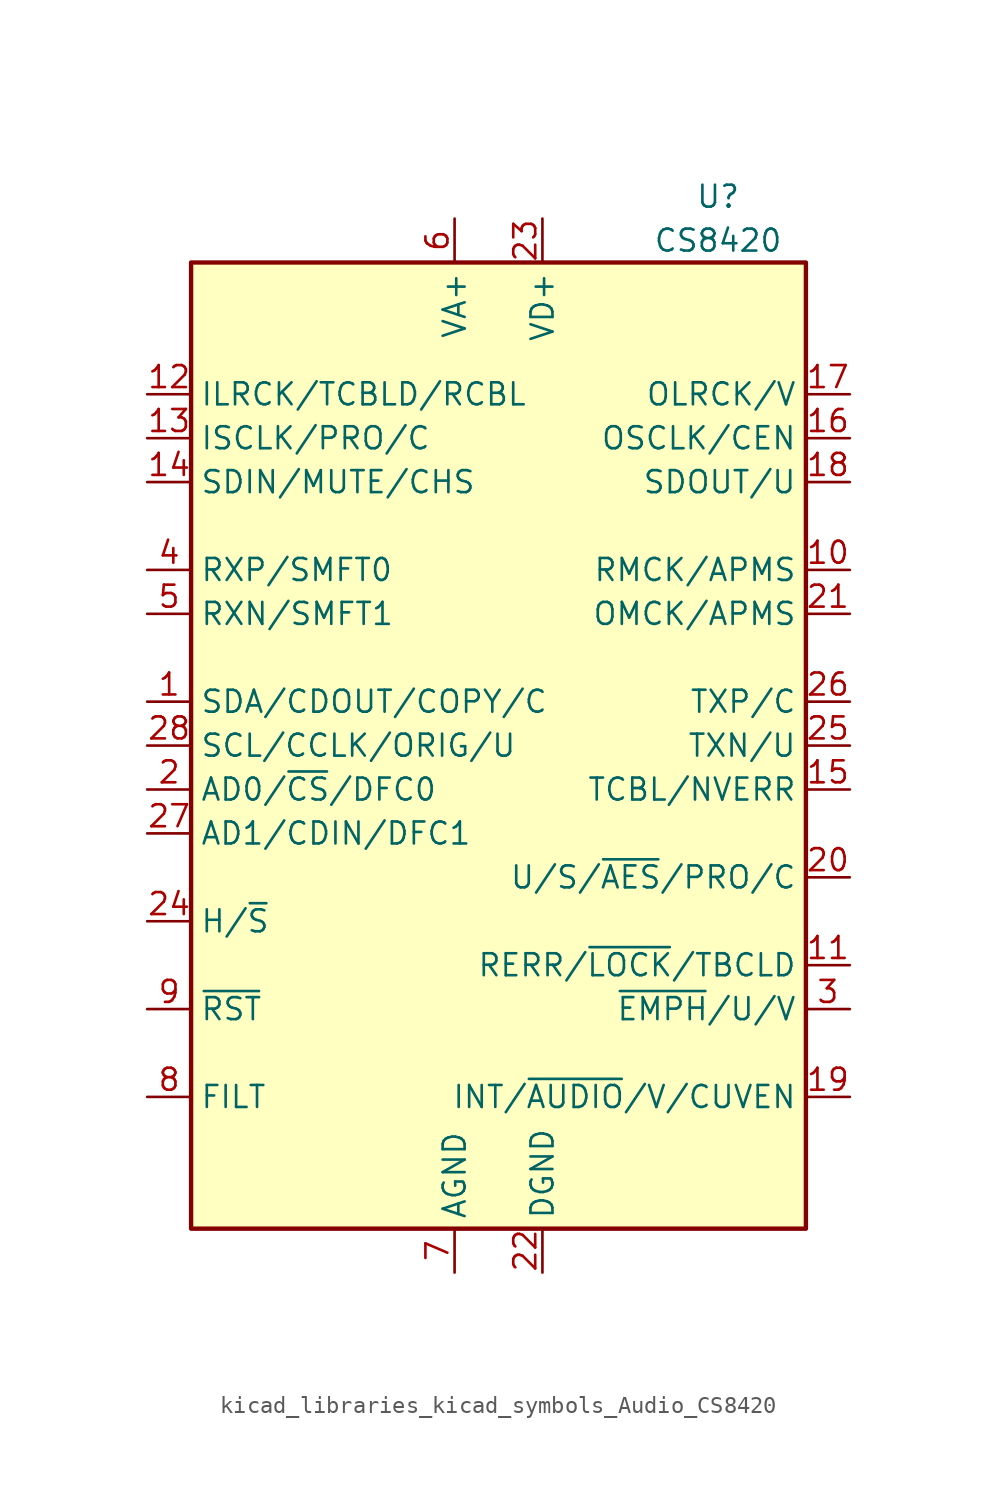
<source format=kicad_sym>
(kicad_symbol_lib
  (version 20220914)
  (generator kicad_symbol_editor)
  (symbol "kicad_libraries_kicad_symbols_Audio_CS8420"
    (property "Reference" "U"
      (at 12.7 31.75 0)
      (effects (font (size 1.27 1.27))))
    (property "Value" "CS8420"
      (at 12.7 29.21 0)
      (effects (font (size 1.27 1.27))))
    (symbol "kicad_libraries_kicad_symbols_Audio_CS8420_0_1"
      (rectangle (start -17.78 27.94) (end 17.78 -27.94) (stroke (width 0.254) (type default)) (fill (type background))))
    (symbol "kicad_libraries_kicad_symbols_Audio_CS8420_1_1"
      (pin bidirectional line (at -20.32 2.54 0) (length 2.54) (name "SDA/CDOUT/COPY/C" (effects (font (size 1.27 1.27)))) (number "1" (effects (font (size 1.27 1.27)))))
      (pin bidirectional line (at 20.32 10.16 180) (length 2.54) (name "RMCK/APMS" (effects (font (size 1.27 1.27)))) (number "10" (effects (font (size 1.27 1.27)))))
      (pin output line (at 20.32 -12.7 180) (length 2.54) (name "RERR/~{LOCK}/TBCLD" (effects (font (size 1.27 1.27)))) (number "11" (effects (font (size 1.27 1.27)))))
      (pin bidirectional line (at -20.32 20.32 0) (length 2.54) (name "ILRCK/TCBLD/RCBL" (effects (font (size 1.27 1.27)))) (number "12" (effects (font (size 1.27 1.27)))))
      (pin bidirectional line (at -20.32 17.78 0) (length 2.54) (name "ISCLK/PRO/C" (effects (font (size 1.27 1.27)))) (number "13" (effects (font (size 1.27 1.27)))))
      (pin input line (at -20.32 15.24 0) (length 2.54) (name "SDIN/MUTE/CHS" (effects (font (size 1.27 1.27)))) (number "14" (effects (font (size 1.27 1.27)))))
      (pin bidirectional line (at 20.32 -2.54 180) (length 2.54) (name "TCBL/NVERR" (effects (font (size 1.27 1.27)))) (number "15" (effects (font (size 1.27 1.27)))))
      (pin bidirectional line (at 20.32 17.78 180) (length 2.54) (name "OSCLK/CEN" (effects (font (size 1.27 1.27)))) (number "16" (effects (font (size 1.27 1.27)))))
      (pin bidirectional line (at 20.32 20.32 180) (length 2.54) (name "OLRCK/V" (effects (font (size 1.27 1.27)))) (number "17" (effects (font (size 1.27 1.27)))))
      (pin bidirectional line (at 20.32 15.24 180) (length 2.54) (name "SDOUT/U" (effects (font (size 1.27 1.27)))) (number "18" (effects (font (size 1.27 1.27)))))
      (pin bidirectional line (at 20.32 -20.32 180) (length 2.54) (name "INT/~{AUDIO}/V/CUVEN" (effects (font (size 1.27 1.27)))) (number "19" (effects (font (size 1.27 1.27)))))
      (pin input line (at -20.32 -2.54 0) (length 2.54) (name "AD0/~{CS}/DFC0" (effects (font (size 1.27 1.27)))) (number "2" (effects (font (size 1.27 1.27)))))
      (pin bidirectional line (at 20.32 -7.62 180) (length 2.54) (name "U/S/~{AES}/PRO/C" (effects (font (size 1.27 1.27)))) (number "20" (effects (font (size 1.27 1.27)))))
      (pin input line (at 20.32 7.62 180) (length 2.54) (name "OMCK/APMS" (effects (font (size 1.27 1.27)))) (number "21" (effects (font (size 1.27 1.27)))))
      (pin power_in line (at 2.54 -30.48 90) (length 2.54) (name "DGND" (effects (font (size 1.27 1.27)))) (number "22" (effects (font (size 1.27 1.27)))))
      (pin power_in line (at 2.54 30.48 270) (length 2.54) (name "VD+" (effects (font (size 1.27 1.27)))) (number "23" (effects (font (size 1.27 1.27)))))
      (pin input line (at -20.32 -10.16 0) (length 2.54) (name "H/~{S}" (effects (font (size 1.27 1.27)))) (number "24" (effects (font (size 1.27 1.27)))))
      (pin output line (at 20.32 0 180) (length 2.54) (name "TXN/U" (effects (font (size 1.27 1.27)))) (number "25" (effects (font (size 1.27 1.27)))))
      (pin output line (at 20.32 2.54 180) (length 2.54) (name "TXP/C" (effects (font (size 1.27 1.27)))) (number "26" (effects (font (size 1.27 1.27)))))
      (pin input line (at -20.32 -5.08 0) (length 2.54) (name "AD1/CDIN/DFC1" (effects (font (size 1.27 1.27)))) (number "27" (effects (font (size 1.27 1.27)))))
      (pin bidirectional line (at -20.32 0 0) (length 2.54) (name "SCL/CCLK/ORIG/U" (effects (font (size 1.27 1.27)))) (number "28" (effects (font (size 1.27 1.27)))))
      (pin bidirectional line (at 20.32 -15.24 180) (length 2.54) (name "~{EMPH}/U/V" (effects (font (size 1.27 1.27)))) (number "3" (effects (font (size 1.27 1.27)))))
      (pin input line (at -20.32 10.16 0) (length 2.54) (name "RXP/SMFT0" (effects (font (size 1.27 1.27)))) (number "4" (effects (font (size 1.27 1.27)))))
      (pin input line (at -20.32 7.62 0) (length 2.54) (name "RXN/SMFT1" (effects (font (size 1.27 1.27)))) (number "5" (effects (font (size 1.27 1.27)))))
      (pin power_in line (at -2.54 30.48 270) (length 2.54) (name "VA+" (effects (font (size 1.27 1.27)))) (number "6" (effects (font (size 1.27 1.27)))))
      (pin power_in line (at -2.54 -30.48 90) (length 2.54) (name "AGND" (effects (font (size 1.27 1.27)))) (number "7" (effects (font (size 1.27 1.27)))))
      (pin passive line (at -20.32 -20.32 0) (length 2.54) (name "FILT" (effects (font (size 1.27 1.27)))) (number "8" (effects (font (size 1.27 1.27)))))
      (pin input line (at -20.32 -15.24 0) (length 2.54) (name "~{RST}" (effects (font (size 1.27 1.27)))) (number "9" (effects (font (size 1.27 1.27))))))))
</source>
